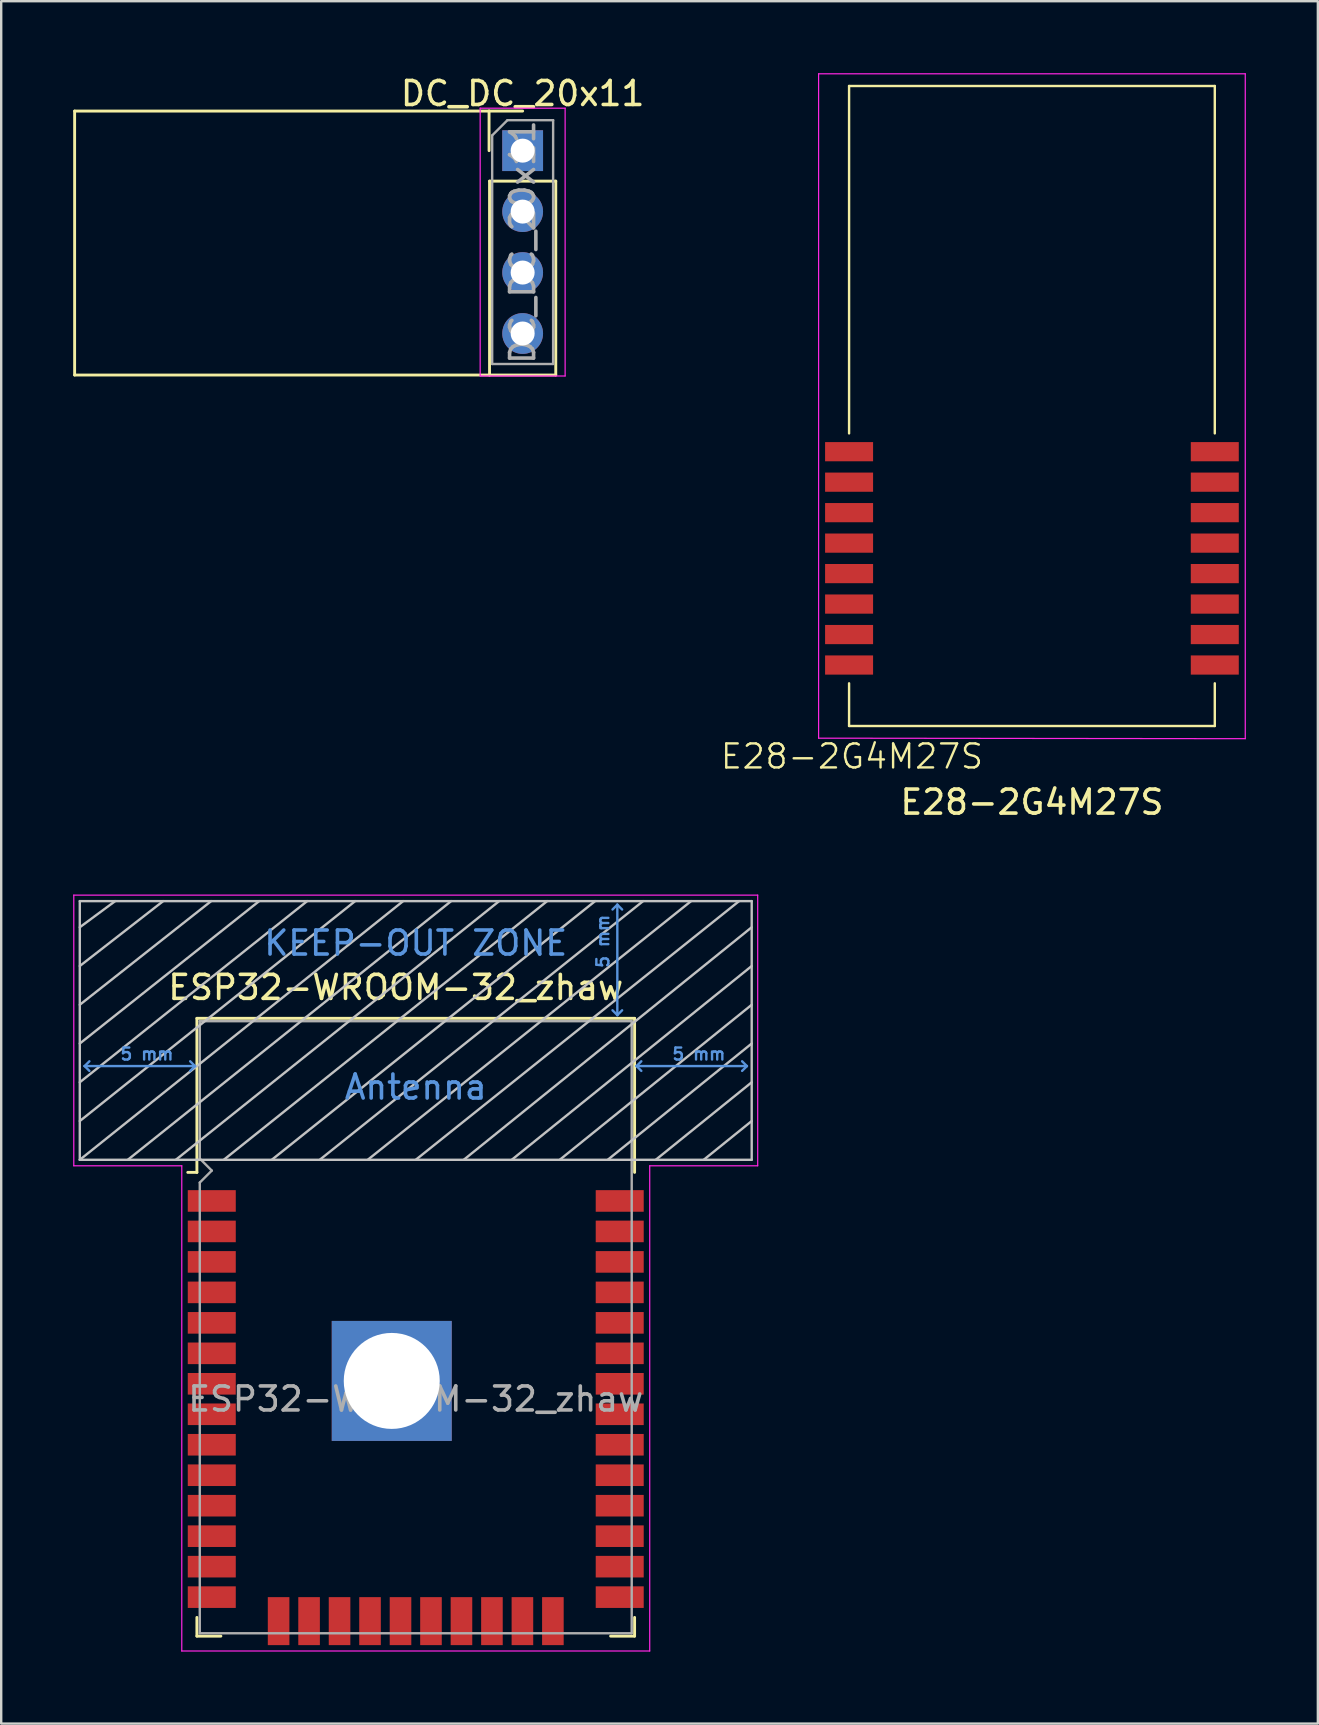
<source format=kicad_pcb>
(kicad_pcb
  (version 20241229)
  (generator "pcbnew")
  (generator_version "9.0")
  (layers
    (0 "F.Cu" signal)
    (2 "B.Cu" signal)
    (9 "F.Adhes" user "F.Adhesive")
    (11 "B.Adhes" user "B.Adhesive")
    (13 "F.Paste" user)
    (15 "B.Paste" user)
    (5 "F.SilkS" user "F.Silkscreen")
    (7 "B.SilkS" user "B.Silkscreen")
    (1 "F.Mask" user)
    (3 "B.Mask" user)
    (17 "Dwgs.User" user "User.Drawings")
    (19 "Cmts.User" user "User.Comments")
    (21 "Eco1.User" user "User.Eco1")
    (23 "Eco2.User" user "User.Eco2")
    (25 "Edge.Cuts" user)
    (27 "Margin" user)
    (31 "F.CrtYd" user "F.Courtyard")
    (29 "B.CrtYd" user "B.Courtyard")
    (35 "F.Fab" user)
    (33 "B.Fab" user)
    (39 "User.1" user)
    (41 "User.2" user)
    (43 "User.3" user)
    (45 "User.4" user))
  (footprint "DC_DC_20x11"
    (layer "F.Cu")
    (at 18.73 3.228)
    (property "Reference" "DC_DC_20x11" (at 0 -2.38 0) (layer "F.SilkS") (effects (font (size 1 1) (thickness 0.15))))
    (attr through_hole)
    (fp_line (start -18.67 -1.65) (end -18.67 9.35) (stroke (width 0.12) (type solid)) (layer "F.SilkS"))
    (fp_line (start -1.4 -1.65) (end -18.67 -1.65) (stroke (width 0.12) (type solid)) (layer "F.SilkS"))
    (fp_line (start -1.4 -1.65) (end 0 -1.65) (stroke (width 0.12) (type solid)) (layer "F.SilkS"))
    (fp_line (start -1.4 0) (end -1.4 -1.65) (stroke (width 0.12) (type solid)) (layer "F.SilkS"))
    (fp_line (start -1.38 1.27) (end -1.38 9.35) (stroke (width 0.12) (type solid)) (layer "F.SilkS"))
    (fp_line (start -1.38 1.27) (end 1.38 1.27) (stroke (width 0.12) (type solid)) (layer "F.SilkS"))
    (fp_line (start -1.38 9.35) (end -18.67 9.35) (stroke (width 0.12) (type solid)) (layer "F.SilkS"))
    (fp_line (start -1.38 9.35) (end 1.38 9.35) (stroke (width 0.12) (type solid)) (layer "F.SilkS"))
    (fp_line (start 1.38 1.27) (end 1.38 9.35) (stroke (width 0.12) (type solid)) (layer "F.SilkS"))
    (fp_line (start -1.77 -1.77) (end -1.77 9.39) (stroke (width 0.05) (type solid)) (layer "F.CrtYd"))
    (fp_line (start -1.77 9.39) (end 1.77 9.39) (stroke (width 0.05) (type solid)) (layer "F.CrtYd"))
    (fp_line (start 1.77 -1.77) (end -1.77 -1.77) (stroke (width 0.05) (type solid)) (layer "F.CrtYd"))
    (fp_line (start 1.77 9.39) (end 1.77 -1.77) (stroke (width 0.05) (type solid)) (layer "F.CrtYd"))
    (fp_line (start -1.27 -0.635) (end -0.635 -1.27) (stroke (width 0.1) (type solid)) (layer "F.Fab"))
    (fp_line (start -1.27 8.89) (end -1.27 -0.635) (stroke (width 0.1) (type solid)) (layer "F.Fab"))
    (fp_line (start -0.635 -1.27) (end 1.27 -1.27) (stroke (width 0.1) (type solid)) (layer "F.Fab"))
    (fp_line (start 1.27 -1.27) (end 1.27 8.89) (stroke (width 0.1) (type solid)) (layer "F.Fab"))
    (fp_line (start 1.27 8.89) (end -1.27 8.89) (stroke (width 0.1) (type solid)) (layer "F.Fab"))
    (fp_text user "${REFERENCE}" (at 0 3.81 90) (layer "F.Fab") (effects (font (size 1 1) (thickness 0.15))))
    (pad "1" thru_hole rect (at 0 0) (size 1.7 1.7) (drill 1) (layers "*.Cu" "*.Mask"))
    (pad "2" thru_hole circle (at 0 2.54) (size 1.7 1.7) (drill 1) (layers "*.Cu" "*.Mask"))
    (pad "3" thru_hole circle (at 0 5.08) (size 1.7 1.7) (drill 1) (layers "*.Cu" "*.Mask"))
    (pad "4" thru_hole circle (at 0 7.62) (size 1.7 1.7) (drill 1) (layers "*.Cu" "*.Mask")))
  (footprint "E28-2G4M27S"
    (layer "F.Cu")
    (at 39.953 14.503)
    (property "Reference" "E28-2G4M27S" (at -7.5 13.97 0) (unlocked yes) (layer "F.SilkS") (effects (font (size 1 1) (thickness 0.1))))
    (attr smd)
    (fp_line (start -7.62 -13.97) (end -7.62 0.508) (stroke (width 0.1) (type default)) (layer "F.SilkS"))
    (fp_line (start -7.62 -13.97) (end 7.62 -13.97) (stroke (width 0.1) (type default)) (layer "F.SilkS"))
    (fp_line (start -7.62 12.7) (end -7.62 10.922) (stroke (width 0.1) (type default)) (layer "F.SilkS"))
    (fp_line (start -7.62 12.7) (end 7.62 12.7) (stroke (width 0.1) (type default)) (layer "F.SilkS"))
    (fp_line (start 7.62 0.508) (end 7.62 -13.97) (stroke (width 0.1) (type default)) (layer "F.SilkS"))
    (fp_line (start 7.62 12.7) (end 7.62 10.922) (stroke (width 0.1) (type default)) (layer "F.SilkS"))
    (fp_line (start -8.89 -14.478) (end 8.89 -14.478) (stroke (width 0.05) (type solid)) (layer "F.CrtYd"))
    (fp_line (start -8.89 13.208) (end -8.89 -14.478) (stroke (width 0.05) (type solid)) (layer "F.CrtYd"))
    (fp_line (start -8.89 13.208) (end 8.89 13.23) (stroke (width 0.05) (type solid)) (layer "F.CrtYd"))
    (fp_line (start 8.89 -14.478) (end 8.89 13.23) (stroke (width 0.05) (type solid)) (layer "F.CrtYd"))
    (fp_text user "${REFERENCE}" (at 0 15.875 0) (unlocked yes) (layer "F.SilkS") (effects (font (size 1 1) (thickness 0.15))))
    (pad "1" smd rect (at 7.62 10.16) (size 2 0.8) (layers "F.Cu" "F.Mask" "F.Paste"))
    (pad "2" smd rect (at 7.62 8.89) (size 2 0.8) (layers "F.Cu" "F.Mask" "F.Paste"))
    (pad "3" smd rect (at 7.62 7.62) (size 2 0.8) (layers "F.Cu" "F.Mask" "F.Paste"))
    (pad "4" smd rect (at 7.62 6.35) (size 2 0.8) (layers "F.Cu" "F.Mask" "F.Paste"))
    (pad "5" smd rect (at 7.62 5.08) (size 2 0.8) (layers "F.Cu" "F.Mask" "F.Paste"))
    (pad "6" smd rect (at 7.62 3.81) (size 2 0.8) (layers "F.Cu" "F.Mask" "F.Paste"))
    (pad "7" smd rect (at 7.62 2.54) (size 2 0.8) (layers "F.Cu" "F.Mask" "F.Paste"))
    (pad "8" smd rect (at 7.62 1.27) (size 2 0.8) (layers "F.Cu" "F.Mask" "F.Paste"))
    (pad "9" smd rect (at -7.62 1.27) (size 2 0.8) (layers "F.Cu" "F.Mask" "F.Paste"))
    (pad "10" smd rect (at -7.62 2.54) (size 2 0.8) (layers "F.Cu" "F.Mask" "F.Paste"))
    (pad "11" smd rect (at -7.62 3.81) (size 2 0.8) (layers "F.Cu" "F.Mask" "F.Paste"))
    (pad "12" smd rect (at -7.62 5.08) (size 2 0.8) (layers "F.Cu" "F.Mask" "F.Paste"))
    (pad "13" smd rect (at -7.62 6.35) (size 2 0.8) (layers "F.Cu" "F.Mask" "F.Paste"))
    (pad "14" smd rect (at -7.62 7.62) (size 2 0.8) (layers "F.Cu" "F.Mask" "F.Paste"))
    (pad "15" smd rect (at -7.62 8.89) (size 2 0.8) (layers "F.Cu" "F.Mask" "F.Paste"))
    (pad "16" smd rect (at -7.62 10.16) (size 2 0.8) (layers "F.Cu" "F.Mask" "F.Paste")))
  (footprint "ESP32-WROOM-32_zhaw"
    (layer "F.Cu")
    (at 14.275 55.251)
    (property "Reference" "ESP32-WROOM-32_zhaw" (at -0.832 -17.152 180) (layer "F.SilkS") (effects (font (size 1 1) (thickness 0.15))))
    (attr smd)
    (fp_line (start -9.12 -15.865) (end -9.12 -9.445) (stroke (width 0.12) (type solid)) (layer "F.SilkS"))
    (fp_line (start -9.12 -15.865) (end 9.12 -15.865) (stroke (width 0.12) (type solid)) (layer "F.SilkS"))
    (fp_line (start -9.12 -9.445) (end -9.5 -9.445) (stroke (width 0.12) (type solid)) (layer "F.SilkS"))
    (fp_line (start -9.12 9.1) (end -9.12 9.88) (stroke (width 0.12) (type solid)) (layer "F.SilkS"))
    (fp_line (start -9.12 9.88) (end -8.12 9.88) (stroke (width 0.12) (type solid)) (layer "F.SilkS"))
    (fp_line (start 9.12 -15.865) (end 9.12 -9.445) (stroke (width 0.12) (type solid)) (layer "F.SilkS"))
    (fp_line (start 9.12 9.1) (end 9.12 9.88) (stroke (width 0.12) (type solid)) (layer "F.SilkS"))
    (fp_line (start 9.12 9.88) (end 8.12 9.88) (stroke (width 0.12) (type solid)) (layer "F.SilkS"))
    (fp_line (start -14 -9.97) (end -14 -20.75) (stroke (width 0.1) (type solid)) (layer "Dwgs.User"))
    (fp_line (start -12.525 -20.75) (end -14 -19.66) (stroke (width 0.1) (type solid)) (layer "Dwgs.User"))
    (fp_line (start -10.525 -20.75) (end -14 -18.045) (stroke (width 0.1) (type solid)) (layer "Dwgs.User"))
    (fp_line (start -8.525 -20.75) (end -14 -16.43) (stroke (width 0.1) (type solid)) (layer "Dwgs.User"))
    (fp_line (start -8 -9.97) (end 5.475 -20.75) (stroke (width 0.1) (type solid)) (layer "Dwgs.User"))
    (fp_line (start -6.525 -20.75) (end -14 -14.815) (stroke (width 0.1) (type solid)) (layer "Dwgs.User"))
    (fp_line (start -4.525 -20.75) (end -14 -13.2) (stroke (width 0.1) (type solid)) (layer "Dwgs.User"))
    (fp_line (start -2.525 -20.75) (end -14 -11.585) (stroke (width 0.1) (type solid)) (layer "Dwgs.User"))
    (fp_line (start -0.525 -20.75) (end -14 -9.97) (stroke (width 0.1) (type solid)) (layer "Dwgs.User"))
    (fp_line (start 1.475 -20.75) (end -12 -9.97) (stroke (width 0.1) (type solid)) (layer "Dwgs.User"))
    (fp_line (start 3.475 -20.75) (end -10 -9.97) (stroke (width 0.1) (type solid)) (layer "Dwgs.User"))
    (fp_line (start 7.475 -20.75) (end -6 -9.97) (stroke (width 0.1) (type solid)) (layer "Dwgs.User"))
    (fp_line (start 9.475 -20.75) (end -4 -9.97) (stroke (width 0.1) (type solid)) (layer "Dwgs.User"))
    (fp_line (start 11.475 -20.75) (end -2 -9.97) (stroke (width 0.1) (type solid)) (layer "Dwgs.User"))
    (fp_line (start 13.475 -20.75) (end 0 -9.97) (stroke (width 0.1) (type solid)) (layer "Dwgs.User"))
    (fp_line (start 14 -20.75) (end -14 -20.75) (stroke (width 0.1) (type solid)) (layer "Dwgs.User"))
    (fp_line (start 14 -19.66) (end 2 -9.97) (stroke (width 0.1) (type solid)) (layer "Dwgs.User"))
    (fp_line (start 14 -18.045) (end 4 -9.97) (stroke (width 0.1) (type solid)) (layer "Dwgs.User"))
    (fp_line (start 14 -16.43) (end 6 -9.97) (stroke (width 0.1) (type solid)) (layer "Dwgs.User"))
    (fp_line (start 14 -14.815) (end 8 -9.97) (stroke (width 0.1) (type solid)) (layer "Dwgs.User"))
    (fp_line (start 14 -13.2) (end 10 -9.97) (stroke (width 0.1) (type solid)) (layer "Dwgs.User"))
    (fp_line (start 14 -11.585) (end 12 -9.97) (stroke (width 0.1) (type solid)) (layer "Dwgs.User"))
    (fp_line (start 14 -9.97) (end -14 -9.97) (stroke (width 0.1) (type solid)) (layer "Dwgs.User"))
    (fp_line (start 14 -9.97) (end 14 -20.75) (stroke (width 0.1) (type solid)) (layer "Dwgs.User"))
    (fp_line (start -13.8 -13.875) (end -13.6 -14.075) (stroke (width 0.1) (type solid)) (layer "Cmts.User"))
    (fp_line (start -13.8 -13.875) (end -13.6 -13.675) (stroke (width 0.1) (type solid)) (layer "Cmts.User"))
    (fp_line (start -13.8 -13.875) (end -9.2 -13.875) (stroke (width 0.1) (type solid)) (layer "Cmts.User"))
    (fp_line (start -9.2 -13.875) (end -9.4 -14.075) (stroke (width 0.1) (type solid)) (layer "Cmts.User"))
    (fp_line (start -9.2 -13.875) (end -9.4 -13.675) (stroke (width 0.1) (type solid)) (layer "Cmts.User"))
    (fp_line (start 8.4 -20.6) (end 8.2 -20.4) (stroke (width 0.1) (type solid)) (layer "Cmts.User"))
    (fp_line (start 8.4 -20.6) (end 8.6 -20.4) (stroke (width 0.1) (type solid)) (layer "Cmts.User"))
    (fp_line (start 8.4 -16) (end 8.2 -16.2) (stroke (width 0.1) (type solid)) (layer "Cmts.User"))
    (fp_line (start 8.4 -16) (end 8.4 -20.6) (stroke (width 0.1) (type solid)) (layer "Cmts.User"))
    (fp_line (start 8.4 -16) (end 8.6 -16.2) (stroke (width 0.1) (type solid)) (layer "Cmts.User"))
    (fp_line (start 9.2 -13.875) (end 9.4 -14.075) (stroke (width 0.1) (type solid)) (layer "Cmts.User"))
    (fp_line (start 9.2 -13.875) (end 9.4 -13.675) (stroke (width 0.1) (type solid)) (layer "Cmts.User"))
    (fp_line (start 9.2 -13.875) (end 13.8 -13.875) (stroke (width 0.1) (type solid)) (layer "Cmts.User"))
    (fp_line (start 13.8 -13.875) (end 13.6 -14.075) (stroke (width 0.1) (type solid)) (layer "Cmts.User"))
    (fp_line (start 13.8 -13.875) (end 13.6 -13.675) (stroke (width 0.1) (type solid)) (layer "Cmts.User"))
    (fp_line (start -14.25 -21) (end -14.25 -9.72) (stroke (width 0.05) (type solid)) (layer "F.CrtYd"))
    (fp_line (start -14.25 -21) (end 14.25 -21) (stroke (width 0.05) (type solid)) (layer "F.CrtYd"))
    (fp_line (start -14.25 -9.72) (end -9.75 -9.72) (stroke (width 0.05) (type solid)) (layer "F.CrtYd"))
    (fp_line (start -9.75 10.5) (end -9.75 -9.72) (stroke (width 0.05) (type solid)) (layer "F.CrtYd"))
    (fp_line (start -9.75 10.5) (end 9.75 10.5) (stroke (width 0.05) (type solid)) (layer "F.CrtYd"))
    (fp_line (start 9.75 -9.72) (end 9.75 10.5) (stroke (width 0.05) (type solid)) (layer "F.CrtYd"))
    (fp_line (start 9.75 -9.72) (end 14.25 -9.72) (stroke (width 0.05) (type solid)) (layer "F.CrtYd"))
    (fp_line (start 14.25 -21) (end 14.25 -9.72) (stroke (width 0.05) (type solid)) (layer "F.CrtYd"))
    (fp_line (start -9 -15.745) (end -9 -10.02) (stroke (width 0.1) (type solid)) (layer "F.Fab"))
    (fp_line (start -9 -15.745) (end 9 -15.745) (stroke (width 0.1) (type solid)) (layer "F.Fab"))
    (fp_line (start -9 -9.02) (end -9 9.76) (stroke (width 0.1) (type solid)) (layer "F.Fab"))
    (fp_line (start -9 -9.02) (end -8.5 -9.52) (stroke (width 0.1) (type solid)) (layer "F.Fab"))
    (fp_line (start -9 9.76) (end 9 9.76) (stroke (width 0.1) (type solid)) (layer "F.Fab"))
    (fp_line (start -8.5 -9.52) (end -9 -10.02) (stroke (width 0.1) (type solid)) (layer "F.Fab"))
    (fp_line (start 9 9.76) (end 9 -15.745) (stroke (width 0.1) (type solid)) (layer "F.Fab"))
    (fp_text user "5 mm" (at -11.2 -14.375 0) (layer "Cmts.User") (effects (font (size 0.5 0.5) (thickness 0.1))))
    (fp_text user "KEEP-OUT ZONE" (at 0 -19 0) (layer "Cmts.User") (effects (font (size 1 1) (thickness 0.15))))
    (fp_text user "5 mm" (at 7.8 -19.075 90) (layer "Cmts.User") (effects (font (size 0.5 0.5) (thickness 0.1))))
    (fp_text user "5 mm" (at 11.8 -14.375 0) (layer "Cmts.User") (effects (font (size 0.5 0.5) (thickness 0.1))))
    (fp_text user "Antenna" (at 0 -13 0) (layer "Cmts.User") (effects (font (size 1 1) (thickness 0.15))))
    (fp_text user "${REFERENCE}" (at 0 0 0) (layer "F.Fab") (effects (font (size 1 1) (thickness 0.15))))
    (pad "1" smd rect (at -8.5 -8.255) (size 2 0.9) (layers "F.Cu" "F.Mask" "F.Paste"))
    (pad "2" smd rect (at -8.5 -6.985) (size 2 0.9) (layers "F.Cu" "F.Mask" "F.Paste"))
    (pad "3" smd rect (at -8.5 -5.715) (size 2 0.9) (layers "F.Cu" "F.Mask" "F.Paste"))
    (pad "4" smd rect (at -8.5 -4.445) (size 2 0.9) (layers "F.Cu" "F.Mask" "F.Paste"))
    (pad "5" smd rect (at -8.5 -3.175) (size 2 0.9) (layers "F.Cu" "F.Mask" "F.Paste"))
    (pad "6" smd rect (at -8.5 -1.905) (size 2 0.9) (layers "F.Cu" "F.Mask" "F.Paste"))
    (pad "7" smd rect (at -8.5 -0.635) (size 2 0.9) (layers "F.Cu" "F.Mask" "F.Paste"))
    (pad "8" smd rect (at -8.5 0.635) (size 2 0.9) (layers "F.Cu" "F.Mask" "F.Paste"))
    (pad "9" smd rect (at -8.5 1.905) (size 2 0.9) (layers "F.Cu" "F.Mask" "F.Paste"))
    (pad "10" smd rect (at -8.5 3.175) (size 2 0.9) (layers "F.Cu" "F.Mask" "F.Paste"))
    (pad "11" smd rect (at -8.5 4.445) (size 2 0.9) (layers "F.Cu" "F.Mask" "F.Paste"))
    (pad "12" smd rect (at -8.5 5.715) (size 2 0.9) (layers "F.Cu" "F.Mask" "F.Paste"))
    (pad "13" smd rect (at -8.5 6.985) (size 2 0.9) (layers "F.Cu" "F.Mask" "F.Paste"))
    (pad "14" smd rect (at -8.5 8.255) (size 2 0.9) (layers "F.Cu" "F.Mask" "F.Paste"))
    (pad "15" smd rect (at -5.715 9.255 90) (size 2 0.9) (layers "F.Cu" "F.Mask" "F.Paste"))
    (pad "16" smd rect (at -4.445 9.255 90) (size 2 0.9) (layers "F.Cu" "F.Mask" "F.Paste"))
    (pad "17" smd rect (at -3.175 9.255 90) (size 2 0.9) (layers "F.Cu" "F.Mask" "F.Paste"))
    (pad "18" smd rect (at -1.905 9.255 90) (size 2 0.9) (layers "F.Cu" "F.Mask" "F.Paste"))
    (pad "19" smd rect (at -0.635 9.255 90) (size 2 0.9) (layers "F.Cu" "F.Mask" "F.Paste"))
    (pad "20" smd rect (at 0.635 9.255 90) (size 2 0.9) (layers "F.Cu" "F.Mask" "F.Paste"))
    (pad "21" smd rect (at 1.905 9.255 90) (size 2 0.9) (layers "F.Cu" "F.Mask" "F.Paste"))
    (pad "22" smd rect (at 3.175 9.255 90) (size 2 0.9) (layers "F.Cu" "F.Mask" "F.Paste"))
    (pad "23" smd rect (at 4.445 9.255 90) (size 2 0.9) (layers "F.Cu" "F.Mask" "F.Paste"))
    (pad "24" smd rect (at 5.715 9.255 90) (size 2 0.9) (layers "F.Cu" "F.Mask" "F.Paste"))
    (pad "25" smd rect (at 8.5 8.255) (size 2 0.9) (layers "F.Cu" "F.Mask" "F.Paste"))
    (pad "26" smd rect (at 8.5 6.985) (size 2 0.9) (layers "F.Cu" "F.Mask" "F.Paste"))
    (pad "27" smd rect (at 8.5 5.715) (size 2 0.9) (layers "F.Cu" "F.Mask" "F.Paste"))
    (pad "28" smd rect (at 8.5 4.445) (size 2 0.9) (layers "F.Cu" "F.Mask" "F.Paste"))
    (pad "29" smd rect (at 8.5 3.175) (size 2 0.9) (layers "F.Cu" "F.Mask" "F.Paste"))
    (pad "30" smd rect (at 8.5 1.905) (size 2 0.9) (layers "F.Cu" "F.Mask" "F.Paste"))
    (pad "31" smd rect (at 8.5 0.635) (size 2 0.9) (layers "F.Cu" "F.Mask" "F.Paste"))
    (pad "32" smd rect (at 8.5 -0.635) (size 2 0.9) (layers "F.Cu" "F.Mask" "F.Paste"))
    (pad "33" smd rect (at 8.5 -1.905) (size 2 0.9) (layers "F.Cu" "F.Mask" "F.Paste"))
    (pad "34" smd rect (at 8.5 -3.175) (size 2 0.9) (layers "F.Cu" "F.Mask" "F.Paste"))
    (pad "35" smd rect (at 8.5 -4.445) (size 2 0.9) (layers "F.Cu" "F.Mask" "F.Paste"))
    (pad "36" smd rect (at 8.5 -5.715) (size 2 0.9) (layers "F.Cu" "F.Mask" "F.Paste"))
    (pad "37" smd rect (at 8.5 -6.985) (size 2 0.9) (layers "F.Cu" "F.Mask" "F.Paste"))
    (pad "38" smd rect (at 8.5 -8.255) (size 2 0.9) (layers "F.Cu" "F.Mask" "F.Paste"))
    (pad "39" thru_hole rect (at -1 -0.755) (size 5 5) (drill 4) (layers "*.Cu" "*.Mask")))
  (gr_rect
    (start -3 -3)
    (end 51.868 68.776)
    (stroke (width 0.1) (type default))
    (fill no)
    (layer "Edge.Cuts")))
</source>
